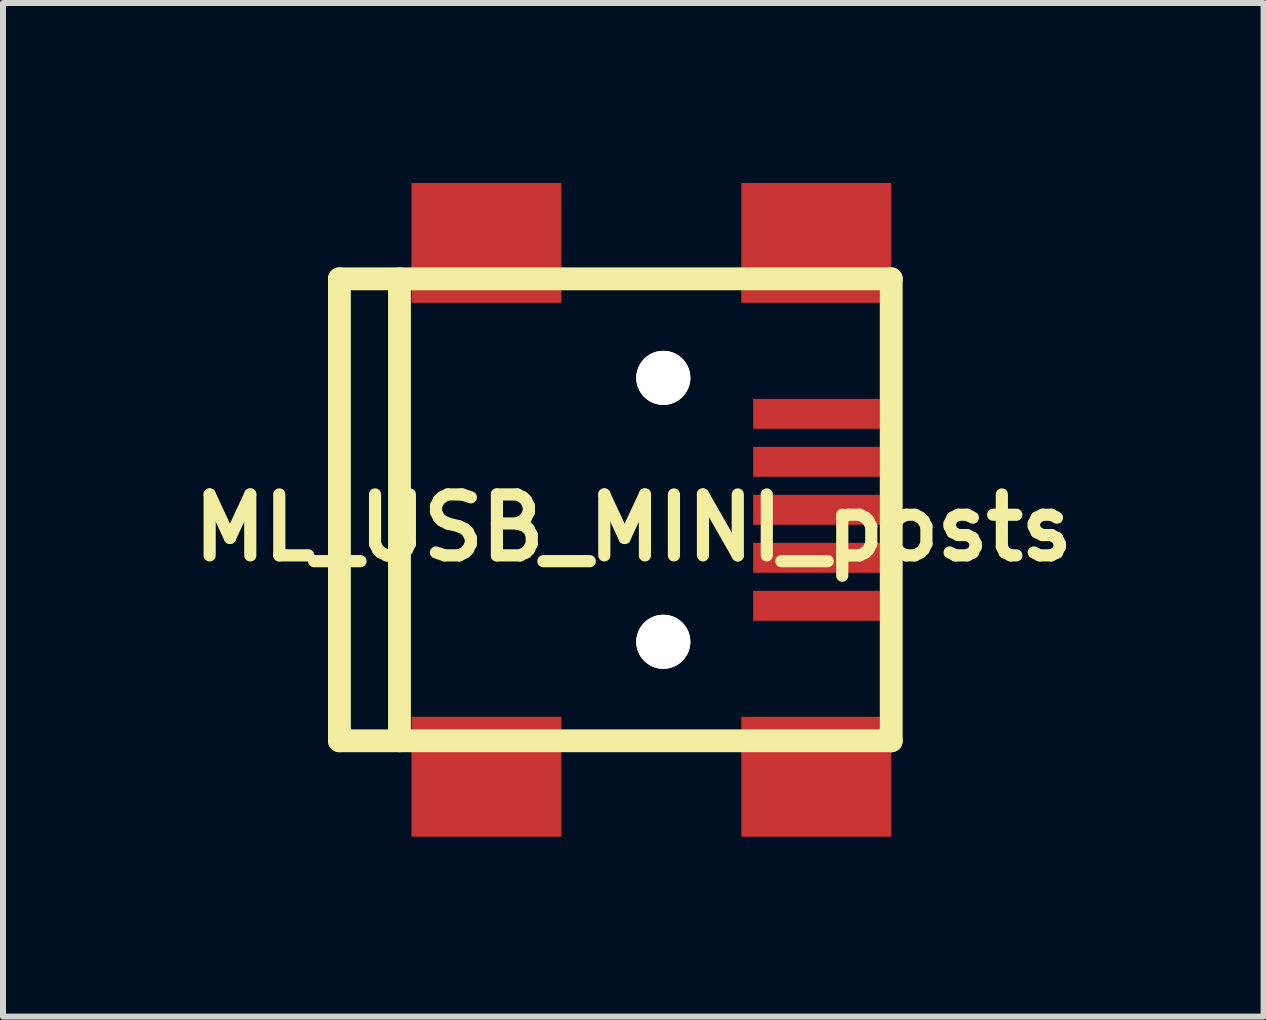
<source format=kicad_pcb>
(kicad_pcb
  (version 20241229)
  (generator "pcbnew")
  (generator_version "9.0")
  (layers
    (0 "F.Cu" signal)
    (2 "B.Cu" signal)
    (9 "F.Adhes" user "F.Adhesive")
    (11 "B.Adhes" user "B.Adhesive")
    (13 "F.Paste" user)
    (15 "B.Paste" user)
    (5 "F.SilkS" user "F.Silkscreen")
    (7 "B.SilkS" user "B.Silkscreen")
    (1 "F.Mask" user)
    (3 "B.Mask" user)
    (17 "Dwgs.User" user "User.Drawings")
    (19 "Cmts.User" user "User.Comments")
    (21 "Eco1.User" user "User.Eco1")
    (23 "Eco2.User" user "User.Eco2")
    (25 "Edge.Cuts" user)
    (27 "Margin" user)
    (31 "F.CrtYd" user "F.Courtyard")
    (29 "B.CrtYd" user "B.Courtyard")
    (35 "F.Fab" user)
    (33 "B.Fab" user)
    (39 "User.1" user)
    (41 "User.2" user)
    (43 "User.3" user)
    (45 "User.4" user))
  (footprint "ML_USB_MINI_posts"
    (layer "F.Cu")
    (at 8.009 5.45)
    (property "Reference" "ML_USB_MINI_posts" (at -0.5 0.3 0) (layer "F.SilkS") (effects (font (size 1.016 1.016) (thickness 0.203))))
    (attr through_hole)
    (fp_line (start -5.4 -3.851) (end -5.4 3.851) (stroke (width 0.381) (type solid)) (layer "F.SilkS"))
    (fp_line (start -5.4 3.851) (end 3.8 3.851) (stroke (width 0.381) (type solid)) (layer "F.SilkS"))
    (fp_line (start -4.399 -3.851) (end -4.399 3.851) (stroke (width 0.381) (type solid)) (layer "F.SilkS"))
    (fp_line (start 3.8 -3.851) (end -5.4 -3.851) (stroke (width 0.381) (type solid)) (layer "F.SilkS"))
    (fp_line (start 3.8 3.851) (end 3.8 -3.851) (stroke (width 0.381) (type solid)) (layer "F.SilkS"))
    (pad "1" smd rect (at 2.649 -1.6) (size 2.301 0.5) (layers "F.Cu" "F.Mask" "F.Paste"))
    (pad "2" smd rect (at 2.649 -0.8) (size 2.301 0.5) (layers "F.Cu" "F.Mask" "F.Paste"))
    (pad "3" smd rect (at 2.649 0) (size 2.301 0.5) (layers "F.Cu" "F.Mask" "F.Paste"))
    (pad "4" smd rect (at 2.649 0.8) (size 2.301 0.5) (layers "F.Cu" "F.Mask" "F.Paste"))
    (pad "5" smd rect (at 2.649 1.6) (size 2.301 0.5) (layers "F.Cu" "F.Mask" "F.Paste"))
    (pad "6" smd rect (at 2.55 -4.45) (size 2.499 1.999) (layers "F.Cu" "F.Mask" "F.Paste"))
    (pad "7" smd rect (at -2.949 -4.45) (size 2.499 1.999) (layers "F.Cu" "F.Mask" "F.Paste"))
    (pad "8" smd rect (at 2.55 4.45) (size 2.499 1.999) (layers "F.Cu" "F.Mask" "F.Paste"))
    (pad "9" smd rect (at -2.949 4.45) (size 2.499 1.999) (layers "F.Cu" "F.Mask" "F.Paste"))
    (pad "h1" thru_hole circle (at 0 -2.2) (size 0.9 0.9) (drill 0.9) (layers "*.Cu" "F.Mask" "F.SilkS" "F.Paste"))
    (pad "h2" thru_hole circle (at 0 2.2) (size 0.9 0.9) (drill 0.9) (layers "*.Cu" "F.Mask" "F.SilkS" "F.Paste")))
  (gr_rect
    (start -3 -3)
    (end 18.017 13.899)
    (stroke (width 0.1) (type default))
    (fill no)
    (layer "Edge.Cuts")))
</source>
